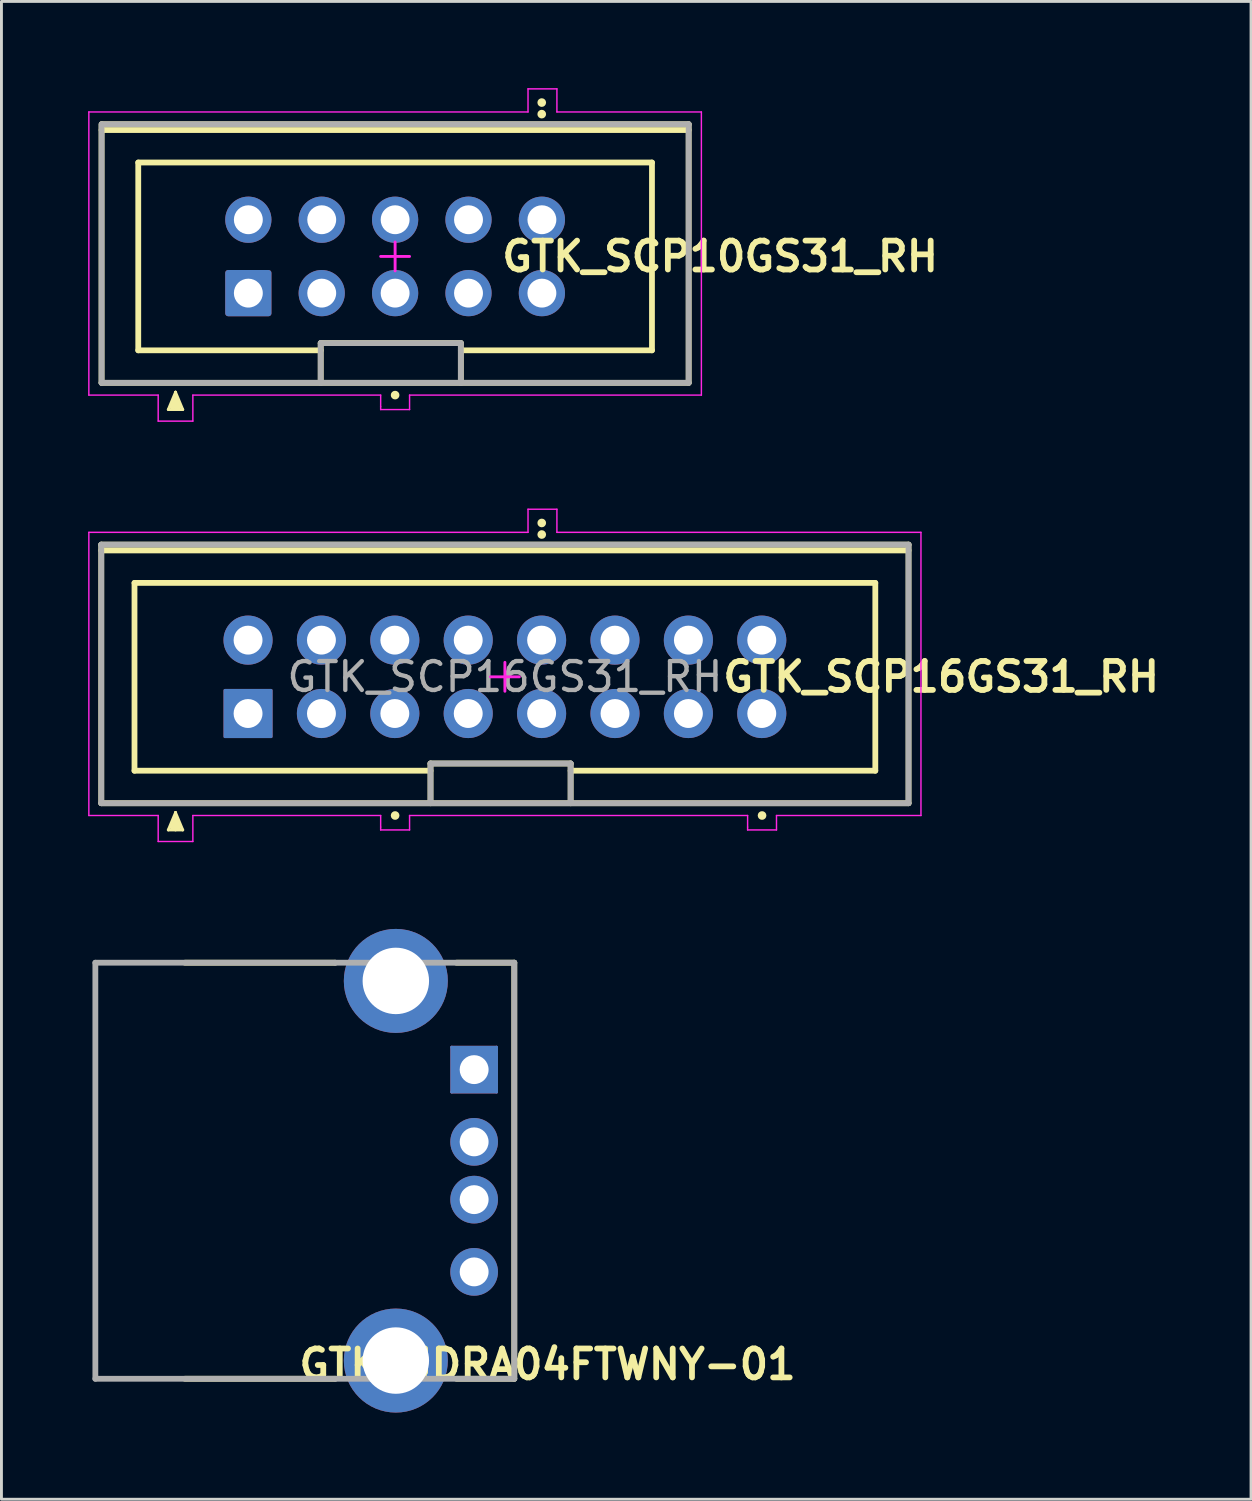
<source format=kicad_pcb>
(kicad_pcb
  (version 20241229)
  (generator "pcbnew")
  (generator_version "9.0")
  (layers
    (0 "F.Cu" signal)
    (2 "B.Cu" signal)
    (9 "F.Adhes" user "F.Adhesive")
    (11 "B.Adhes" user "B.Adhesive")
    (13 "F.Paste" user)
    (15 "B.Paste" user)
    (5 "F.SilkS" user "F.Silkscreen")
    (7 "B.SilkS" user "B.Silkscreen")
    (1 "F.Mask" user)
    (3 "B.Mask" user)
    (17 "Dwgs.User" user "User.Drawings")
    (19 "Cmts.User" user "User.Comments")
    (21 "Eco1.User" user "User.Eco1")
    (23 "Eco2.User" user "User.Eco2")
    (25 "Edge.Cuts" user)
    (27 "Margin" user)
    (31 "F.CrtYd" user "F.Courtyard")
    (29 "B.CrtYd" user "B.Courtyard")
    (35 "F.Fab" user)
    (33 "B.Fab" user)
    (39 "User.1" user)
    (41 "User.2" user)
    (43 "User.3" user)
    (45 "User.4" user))
  (footprint "GTK_SCP10GS31_RH"
    (layer "F.Cu")
    (at 10.625 5.825)
    (property "Reference" "GTK_SCP10GS31_RH" (at 11.25 0 0) (layer "F.SilkS") (effects (font (size 1 1) (thickness 0.2))))
    (attr through_hole)
    (fp_line (start -10.16 -4.575) (end -10.16 4.375) (stroke (width 0.2) (type solid)) (layer "F.SilkS"))
    (fp_line (start -8.89 -3.25) (end -8.89 3.25) (stroke (width 0.2) (type solid)) (layer "F.SilkS"))
    (fp_line (start -8.89 -3.25) (end 8.89 -3.25) (stroke (width 0.2) (type solid)) (layer "F.SilkS"))
    (fp_line (start -7.85 5.3) (end -7.35 5.3) (stroke (width 0.1) (type solid)) (layer "F.SilkS"))
    (fp_line (start -7.7 5.2) (end -7.6 5) (stroke (width 0.2) (type solid)) (layer "F.SilkS"))
    (fp_line (start -7.6 4.7) (end -7.85 5.3) (stroke (width 0.1) (type solid)) (layer "F.SilkS"))
    (fp_line (start -7.6 4.7) (end -7.6 5) (stroke (width 0.1) (type solid)) (layer "F.SilkS"))
    (fp_line (start -7.6 4.7) (end -7.35 5.3) (stroke (width 0.1) (type solid)) (layer "F.SilkS"))
    (fp_line (start -7.6 5) (end -7.5 5.2) (stroke (width 0.2) (type solid)) (layer "F.SilkS"))
    (fp_line (start -7.6 5.3) (end -7.6 4.7) (stroke (width 0.1) (type solid)) (layer "F.SilkS"))
    (fp_line (start -2.575 3) (end -2.575 4.375) (stroke (width 0.2) (type solid)) (layer "F.SilkS"))
    (fp_line (start -2.575 3.25) (end -8.89 3.25) (stroke (width 0.2) (type solid)) (layer "F.SilkS"))
    (fp_line (start 2.275 3) (end -2.575 3) (stroke (width 0.2) (type solid)) (layer "F.SilkS"))
    (fp_line (start 2.275 3) (end 2.275 4.375) (stroke (width 0.2) (type solid)) (layer "F.SilkS"))
    (fp_line (start 8.89 -3.25) (end 8.89 3.25) (stroke (width 0.2) (type solid)) (layer "F.SilkS"))
    (fp_line (start 8.89 3.25) (end 2.275 3.25) (stroke (width 0.2) (type solid)) (layer "F.SilkS"))
    (fp_line (start 10.16 -4.575) (end -10.15 -4.575) (stroke (width 0.2) (type solid)) (layer "F.SilkS"))
    (fp_line (start 10.16 -4.375) (end -10.16 -4.375) (stroke (width 0.2) (type solid)) (layer "F.SilkS"))
    (fp_line (start 10.16 4.375) (end -10.16 4.375) (stroke (width 0.2) (type solid)) (layer "F.SilkS"))
    (fp_line (start 10.16 4.375) (end 10.16 -4.575) (stroke (width 0.2) (type solid)) (layer "F.SilkS"))
    (fp_circle (center 0 4.8) (end 0.075 4.8) (stroke (width 0.15) (type solid)) (fill no) (layer "F.SilkS"))
    (fp_circle (center 5.075 -5.325) (end 5.15 -5.325) (stroke (width 0.15) (type solid)) (fill no) (layer "F.SilkS"))
    (fp_circle (center 5.075 -4.925) (end 5.15 -4.925) (stroke (width 0.15) (type solid)) (fill no) (layer "F.SilkS"))
    (fp_line (start -10.6 4.8) (end -10.6 -5) (stroke (width 0.05) (type solid)) (layer "F.CrtYd"))
    (fp_line (start -10.6 4.8) (end -8.2 4.8) (stroke (width 0.05) (type solid)) (layer "F.CrtYd"))
    (fp_line (start -8.2 4.8) (end -8.2 5.7) (stroke (width 0.05) (type solid)) (layer "F.CrtYd"))
    (fp_line (start -8.2 5.7) (end -7 5.7) (stroke (width 0.05) (type solid)) (layer "F.CrtYd"))
    (fp_line (start -7 4.8) (end -0.5 4.8) (stroke (width 0.05) (type solid)) (layer "F.CrtYd"))
    (fp_line (start -7 5.7) (end -7 4.8) (stroke (width 0.05) (type solid)) (layer "F.CrtYd"))
    (fp_line (start -0.5 0) (end 0.5 0) (stroke (width 0.1) (type solid)) (layer "F.CrtYd"))
    (fp_line (start -0.5 4.8) (end -0.5 5.2) (stroke (width 0.05) (type solid)) (layer "F.CrtYd"))
    (fp_line (start -0.5 5.2) (end -0.5 5.3) (stroke (width 0.05) (type solid)) (layer "F.CrtYd"))
    (fp_line (start -0.5 5.3) (end 0.5 5.3) (stroke (width 0.05) (type solid)) (layer "F.CrtYd"))
    (fp_line (start 0 -0.5) (end 0 0.5) (stroke (width 0.1) (type solid)) (layer "F.CrtYd"))
    (fp_line (start 0.5 4.8) (end 10.6 4.8) (stroke (width 0.05) (type solid)) (layer "F.CrtYd"))
    (fp_line (start 0.5 5.3) (end 0.5 4.8) (stroke (width 0.05) (type solid)) (layer "F.CrtYd"))
    (fp_line (start 4.6 -5.8) (end 4.6 -5) (stroke (width 0.05) (type solid)) (layer "F.CrtYd"))
    (fp_line (start 4.6 -5) (end -10.6 -5) (stroke (width 0.05) (type solid)) (layer "F.CrtYd"))
    (fp_line (start 5.6 -5.8) (end 4.6 -5.8) (stroke (width 0.05) (type solid)) (layer "F.CrtYd"))
    (fp_line (start 5.6 -5) (end 5.6 -5.8) (stroke (width 0.05) (type solid)) (layer "F.CrtYd"))
    (fp_line (start 10.6 -5) (end 5.6 -5) (stroke (width 0.05) (type solid)) (layer "F.CrtYd"))
    (fp_line (start 10.6 4.8) (end 10.6 -5) (stroke (width 0.05) (type solid)) (layer "F.CrtYd"))
    (fp_line (start -10.16 -4.575) (end -10.16 4.375) (stroke (width 0.2) (type solid)) (layer "F.Fab"))
    (fp_line (start -2.575 3) (end -2.575 4.375) (stroke (width 0.2) (type solid)) (layer "F.Fab"))
    (fp_line (start 2.275 3) (end -2.575 3) (stroke (width 0.2) (type solid)) (layer "F.Fab"))
    (fp_line (start 2.275 3) (end 2.275 4.375) (stroke (width 0.2) (type solid)) (layer "F.Fab"))
    (fp_line (start 10.16 -4.575) (end -10.15 -4.575) (stroke (width 0.2) (type solid)) (layer "F.Fab"))
    (fp_line (start 10.16 4.375) (end -10.16 4.375) (stroke (width 0.2) (type solid)) (layer "F.Fab"))
    (fp_line (start 10.16 4.375) (end 10.16 -4.575) (stroke (width 0.2) (type solid)) (layer "F.Fab"))
    (pad "1" thru_hole roundrect (at -5.08 1.27) (size 1.6 1.6) (drill 1) (layers "*.Cu" "*.Mask") (roundrect_rratio 0.062))
    (pad "2" thru_hole circle (at -5.08 -1.27) (size 1.6 1.6) (drill 1) (layers "*.Cu" "*.Mask"))
    (pad "3" thru_hole circle (at -2.54 1.27) (size 1.6 1.6) (drill 1) (layers "*.Cu" "*.Mask"))
    (pad "4" thru_hole circle (at -2.54 -1.27) (size 1.6 1.6) (drill 1) (layers "*.Cu" "*.Mask"))
    (pad "5" thru_hole circle (at 0 1.27) (size 1.6 1.6) (drill 1) (layers "*.Cu" "*.Mask"))
    (pad "6" thru_hole circle (at 0 -1.27) (size 1.6 1.6) (drill 1) (layers "*.Cu" "*.Mask"))
    (pad "7" thru_hole circle (at 2.54 1.27) (size 1.6 1.6) (drill 1) (layers "*.Cu" "*.Mask"))
    (pad "8" thru_hole circle (at 2.54 -1.27) (size 1.6 1.6) (drill 1) (layers "*.Cu" "*.Mask"))
    (pad "9" thru_hole circle (at 5.08 1.27) (size 1.6 1.6) (drill 1) (layers "*.Cu" "*.Mask"))
    (pad "10" thru_hole circle (at 5.08 -1.27) (size 1.6 1.6) (drill 1) (layers "*.Cu" "*.Mask")))
  (footprint "GTK_SCP16GS31_RH"
    (layer "F.Cu")
    (at 14.425 20.375)
    (property "Reference" "GTK_SCP16GS31_RH" (at 15.1 0 0) (layer "F.SilkS") (effects (font (size 1 1) (thickness 0.2))))
    (attr through_hole)
    (fp_line (start -13.97 -4.575) (end -13.97 4.375) (stroke (width 0.2) (type solid)) (layer "F.SilkS"))
    (fp_line (start -12.82 -3.25) (end -12.82 3.25) (stroke (width 0.2) (type solid)) (layer "F.SilkS"))
    (fp_line (start -12.82 -3.25) (end 12.82 -3.25) (stroke (width 0.2) (type solid)) (layer "F.SilkS"))
    (fp_line (start -11.65 5.3) (end -11.15 5.3) (stroke (width 0.1) (type solid)) (layer "F.SilkS"))
    (fp_line (start -11.5 5.2) (end -11.4 5) (stroke (width 0.2) (type solid)) (layer "F.SilkS"))
    (fp_line (start -11.4 4.7) (end -11.65 5.3) (stroke (width 0.1) (type solid)) (layer "F.SilkS"))
    (fp_line (start -11.4 4.7) (end -11.4 5) (stroke (width 0.1) (type solid)) (layer "F.SilkS"))
    (fp_line (start -11.4 4.7) (end -11.15 5.3) (stroke (width 0.1) (type solid)) (layer "F.SilkS"))
    (fp_line (start -11.4 5) (end -11.3 5.2) (stroke (width 0.2) (type solid)) (layer "F.SilkS"))
    (fp_line (start -11.4 5.3) (end -11.4 4.7) (stroke (width 0.1) (type solid)) (layer "F.SilkS"))
    (fp_line (start -2.575 3) (end -2.575 4.375) (stroke (width 0.2) (type solid)) (layer "F.SilkS"))
    (fp_line (start -2.575 3.25) (end -12.82 3.25) (stroke (width 0.2) (type solid)) (layer "F.SilkS"))
    (fp_line (start 2.275 3) (end -2.575 3) (stroke (width 0.2) (type solid)) (layer "F.SilkS"))
    (fp_line (start 2.275 3) (end 2.275 4.375) (stroke (width 0.2) (type solid)) (layer "F.SilkS"))
    (fp_line (start 12.82 -3.25) (end 12.82 3.25) (stroke (width 0.2) (type solid)) (layer "F.SilkS"))
    (fp_line (start 12.82 3.25) (end 2.275 3.25) (stroke (width 0.2) (type solid)) (layer "F.SilkS"))
    (fp_line (start 13.97 -4.575) (end -13.97 -4.575) (stroke (width 0.2) (type solid)) (layer "F.SilkS"))
    (fp_line (start 13.97 -4.375) (end -13.97 -4.375) (stroke (width 0.2) (type solid)) (layer "F.SilkS"))
    (fp_line (start 13.97 4.375) (end -13.97 4.375) (stroke (width 0.2) (type solid)) (layer "F.SilkS"))
    (fp_line (start 13.97 4.375) (end 13.97 -4.575) (stroke (width 0.2) (type solid)) (layer "F.SilkS"))
    (fp_circle (center -3.8 4.8) (end -3.725 4.8) (stroke (width 0.15) (type solid)) (fill no) (layer "F.SilkS"))
    (fp_circle (center 1.275 -5.325) (end 1.35 -5.325) (stroke (width 0.15) (type solid)) (fill no) (layer "F.SilkS"))
    (fp_circle (center 1.275 -4.925) (end 1.35 -4.925) (stroke (width 0.15) (type solid)) (fill no) (layer "F.SilkS"))
    (fp_circle (center 8.9 4.8) (end 8.975 4.8) (stroke (width 0.15) (type solid)) (fill no) (layer "F.SilkS"))
    (fp_line (start -14.4 4.8) (end -14.4 -5) (stroke (width 0.05) (type solid)) (layer "F.CrtYd"))
    (fp_line (start -14.4 4.8) (end -12 4.8) (stroke (width 0.05) (type solid)) (layer "F.CrtYd"))
    (fp_line (start -12 4.8) (end -12 5.7) (stroke (width 0.05) (type solid)) (layer "F.CrtYd"))
    (fp_line (start -12 5.7) (end -10.8 5.7) (stroke (width 0.05) (type solid)) (layer "F.CrtYd"))
    (fp_line (start -10.8 4.8) (end -4.3 4.8) (stroke (width 0.05) (type solid)) (layer "F.CrtYd"))
    (fp_line (start -10.8 5.7) (end -10.8 4.8) (stroke (width 0.05) (type solid)) (layer "F.CrtYd"))
    (fp_line (start -4.3 4.8) (end -4.3 5.2) (stroke (width 0.05) (type solid)) (layer "F.CrtYd"))
    (fp_line (start -4.3 5.2) (end -4.3 5.3) (stroke (width 0.05) (type solid)) (layer "F.CrtYd"))
    (fp_line (start -4.3 5.3) (end -3.3 5.3) (stroke (width 0.05) (type solid)) (layer "F.CrtYd"))
    (fp_line (start -3.3 4.8) (end 8.4 4.8) (stroke (width 0.05) (type solid)) (layer "F.CrtYd"))
    (fp_line (start -3.3 5.3) (end -3.3 4.8) (stroke (width 0.05) (type solid)) (layer "F.CrtYd"))
    (fp_line (start -0.5 0) (end 0.5 0) (stroke (width 0.1) (type solid)) (layer "F.CrtYd"))
    (fp_line (start 0 -0.5) (end 0 0.5) (stroke (width 0.1) (type solid)) (layer "F.CrtYd"))
    (fp_line (start 0.8 -5.8) (end 0.8 -5) (stroke (width 0.05) (type solid)) (layer "F.CrtYd"))
    (fp_line (start 0.8 -5) (end -14.4 -5) (stroke (width 0.05) (type solid)) (layer "F.CrtYd"))
    (fp_line (start 1.8 -5.8) (end 0.8 -5.8) (stroke (width 0.05) (type solid)) (layer "F.CrtYd"))
    (fp_line (start 1.8 -5) (end 1.8 -5.8) (stroke (width 0.05) (type solid)) (layer "F.CrtYd"))
    (fp_line (start 8.4 4.8) (end 8.4 5.2) (stroke (width 0.05) (type solid)) (layer "F.CrtYd"))
    (fp_line (start 8.4 5.2) (end 8.4 5.3) (stroke (width 0.05) (type solid)) (layer "F.CrtYd"))
    (fp_line (start 8.4 5.3) (end 9.4 5.3) (stroke (width 0.05) (type solid)) (layer "F.CrtYd"))
    (fp_line (start 9.4 4.8) (end 14.4 4.8) (stroke (width 0.05) (type solid)) (layer "F.CrtYd"))
    (fp_line (start 9.4 5.3) (end 9.4 4.8) (stroke (width 0.05) (type solid)) (layer "F.CrtYd"))
    (fp_line (start 14.4 -5) (end 1.8 -5) (stroke (width 0.05) (type solid)) (layer "F.CrtYd"))
    (fp_line (start 14.4 4.8) (end 14.4 -5) (stroke (width 0.05) (type solid)) (layer "F.CrtYd"))
    (fp_line (start -13.97 -4.575) (end -13.97 4.375) (stroke (width 0.2) (type solid)) (layer "F.Fab"))
    (fp_line (start -2.575 3) (end -2.575 4.375) (stroke (width 0.2) (type solid)) (layer "F.Fab"))
    (fp_line (start 2.275 3) (end -2.575 3) (stroke (width 0.2) (type solid)) (layer "F.Fab"))
    (fp_line (start 2.275 3) (end 2.275 4.375) (stroke (width 0.2) (type solid)) (layer "F.Fab"))
    (fp_line (start 13.97 -4.575) (end -13.97 -4.575) (stroke (width 0.2) (type solid)) (layer "F.Fab"))
    (fp_line (start 13.97 4.375) (end -13.97 4.375) (stroke (width 0.2) (type solid)) (layer "F.Fab"))
    (fp_line (start 13.97 4.375) (end 13.97 -4.575) (stroke (width 0.2) (type solid)) (layer "F.Fab"))
    (fp_text user "${REFERENCE}" (at 0 0 0) (layer "F.Fab") (effects (font (size 1 1) (thickness 0.15))))
    (pad "1" thru_hole roundrect (at -8.89 1.27) (size 1.7 1.7) (drill 1) (layers "*.Cu" "*.Mask") (roundrect_rratio 0.029))
    (pad "2" thru_hole circle (at -8.89 -1.27) (size 1.7 1.7) (drill 1) (layers "*.Cu" "*.Mask"))
    (pad "3" thru_hole circle (at -6.35 1.27) (size 1.7 1.7) (drill 1) (layers "*.Cu" "*.Mask"))
    (pad "4" thru_hole circle (at -6.35 -1.27) (size 1.7 1.7) (drill 1) (layers "*.Cu" "*.Mask"))
    (pad "5" thru_hole circle (at -3.81 1.27) (size 1.7 1.7) (drill 1) (layers "*.Cu" "*.Mask"))
    (pad "6" thru_hole circle (at -3.81 -1.27) (size 1.7 1.7) (drill 1) (layers "*.Cu" "*.Mask"))
    (pad "7" thru_hole circle (at -1.27 1.27) (size 1.7 1.7) (drill 1) (layers "*.Cu" "*.Mask"))
    (pad "8" thru_hole circle (at -1.27 -1.27) (size 1.7 1.7) (drill 1) (layers "*.Cu" "*.Mask"))
    (pad "9" thru_hole circle (at 1.27 1.27) (size 1.7 1.7) (drill 1) (layers "*.Cu" "*.Mask"))
    (pad "10" thru_hole circle (at 1.27 -1.27) (size 1.7 1.7) (drill 1) (layers "*.Cu" "*.Mask"))
    (pad "11" thru_hole circle (at 3.81 1.27) (size 1.7 1.7) (drill 1) (layers "*.Cu" "*.Mask"))
    (pad "12" thru_hole circle (at 3.81 -1.27) (size 1.7 1.7) (drill 1) (layers "*.Cu" "*.Mask"))
    (pad "13" thru_hole circle (at 6.35 1.27) (size 1.7 1.7) (drill 1) (layers "*.Cu" "*.Mask"))
    (pad "14" thru_hole circle (at 6.35 -1.27) (size 1.7 1.7) (drill 1) (layers "*.Cu" "*.Mask"))
    (pad "15" thru_hole circle (at 8.89 1.27) (size 1.7 1.7) (drill 1) (layers "*.Cu" "*.Mask"))
    (pad "16" thru_hole circle (at 8.89 -1.27) (size 1.7 1.7) (drill 1) (layers "*.Cu" "*.Mask")))
  (footprint "GTK_UDRA04FTWNY-01"
    (layer "F.Cu")
    (at 0.25 37.47)
    (property "Reference" "GTK_UDRA04FTWNY-01" (at 15.65 6.7 0) (layer "F.SilkS") (effects (font (size 1 1) (thickness 0.2))))
    (attr through_hole)
    (fp_line (start 12.335 -4.275) (end 12.335 -2.725) (stroke (width 0.1) (type solid)) (layer "F.Cu"))
    (fp_line (start 12.335 -2.725) (end 13.885 -2.725) (stroke (width 0.1) (type solid)) (layer "F.Cu"))
    (fp_line (start 13.885 -4.275) (end 12.335 -4.275) (stroke (width 0.1) (type solid)) (layer "F.Cu"))
    (fp_line (start 13.885 -2.725) (end 13.885 -4.275) (stroke (width 0.1) (type solid)) (layer "F.Cu"))
    (fp_line (start 12.285 -4.325) (end 13.935 -4.325) (stroke (width 0.2) (type solid)) (layer "F.Mask"))
    (fp_line (start 12.285 -2.675) (end 12.285 -4.325) (stroke (width 0.2) (type solid)) (layer "F.Mask"))
    (fp_line (start 13.935 -4.325) (end 13.935 -2.675) (stroke (width 0.2) (type solid)) (layer "F.Mask"))
    (fp_line (start 13.935 -2.675) (end 12.285 -2.675) (stroke (width 0.2) (type solid)) (layer "F.Mask"))
    (fp_line (start 12.335 -4.275) (end 13.885 -4.275) (stroke (width 0.1) (type solid)) (layer "B.Cu"))
    (fp_line (start 12.335 -2.725) (end 12.335 -4.275) (stroke (width 0.1) (type solid)) (layer "B.Cu"))
    (fp_line (start 13.885 -4.275) (end 13.885 -2.725) (stroke (width 0.1) (type solid)) (layer "B.Cu"))
    (fp_line (start 13.885 -2.725) (end 12.335 -2.725) (stroke (width 0.1) (type solid)) (layer "B.Cu"))
    (fp_line (start 12.285 -4.325) (end 13.935 -4.325) (stroke (width 0.2) (type solid)) (layer "B.Mask"))
    (fp_line (start 12.285 -2.675) (end 12.285 -4.325) (stroke (width 0.2) (type solid)) (layer "B.Mask"))
    (fp_line (start 13.935 -4.325) (end 13.935 -2.675) (stroke (width 0.2) (type solid)) (layer "B.Mask"))
    (fp_line (start 13.935 -2.675) (end 12.285 -2.675) (stroke (width 0.2) (type solid)) (layer "B.Mask"))
    (fp_line (start 3.1 -7.2) (end 8.3 -7.2) (stroke (width 0.2) (type solid)) (layer "F.SilkS"))
    (fp_line (start 8.3 7.2) (end 3.1 7.2) (stroke (width 0.2) (type solid)) (layer "F.SilkS"))
    (fp_line (start 14.5 -7.2) (end 12.5 -7.2) (stroke (width 0.2) (type solid)) (layer "F.SilkS"))
    (fp_line (start 14.5 -7.2) (end 14.5 7.2) (stroke (width 0.2) (type solid)) (layer "F.SilkS"))
    (fp_line (start 14.5 7.2) (end 12.5 7.2) (stroke (width 0.2) (type solid)) (layer "F.SilkS"))
    (fp_line (start 0 -7.2) (end 8.3 -7.2) (stroke (width 0.2) (type solid)) (layer "F.Fab"))
    (fp_line (start 0 7.2) (end 0 -7.2) (stroke (width 0.2) (type solid)) (layer "F.Fab"))
    (fp_line (start 0 7.2) (end 8.3 7.2) (stroke (width 0.2) (type solid)) (layer "F.Fab"))
    (fp_line (start 8.3 7.2) (end 14.5 7.2) (stroke (width 0.2) (type solid)) (layer "F.Fab"))
    (fp_line (start 14.5 -7.2) (end 8.3 -7.2) (stroke (width 0.2) (type solid)) (layer "F.Fab"))
    (fp_line (start 14.5 7.2) (end 14.5 -7.2) (stroke (width 0.2) (type solid)) (layer "F.Fab"))
    (pad "1" thru_hole rect (at 13.11 -3.5) (size 1.55 1.55) (drill 1) (layers "*.Cu" "*.Mask"))
    (pad "2" thru_hole circle (at 13.11 -1) (size 1.65 1.65) (drill 1) (layers "*.Cu" "*.Mask"))
    (pad "3" thru_hole circle (at 13.11 1) (size 1.65 1.65) (drill 1) (layers "*.Cu" "*.Mask"))
    (pad "4" thru_hole circle (at 13.11 3.5) (size 1.65 1.65) (drill 1) (layers "*.Cu" "*.Mask"))
    (pad "G1" thru_hole circle (at 10.4 -6.57) (size 3.6 3.6) (drill 2.3) (layers "*.Cu" "*.Mask"))
    (pad "G2" thru_hole circle (at 10.4 6.57) (size 3.6 3.6) (drill 2.3) (layers "*.Cu" "*.Mask")))
  (gr_rect
    (start -3 -3)
    (end 40.249 48.84)
    (stroke (width 0.1) (type default))
    (fill no)
    (layer "Edge.Cuts")))
</source>
